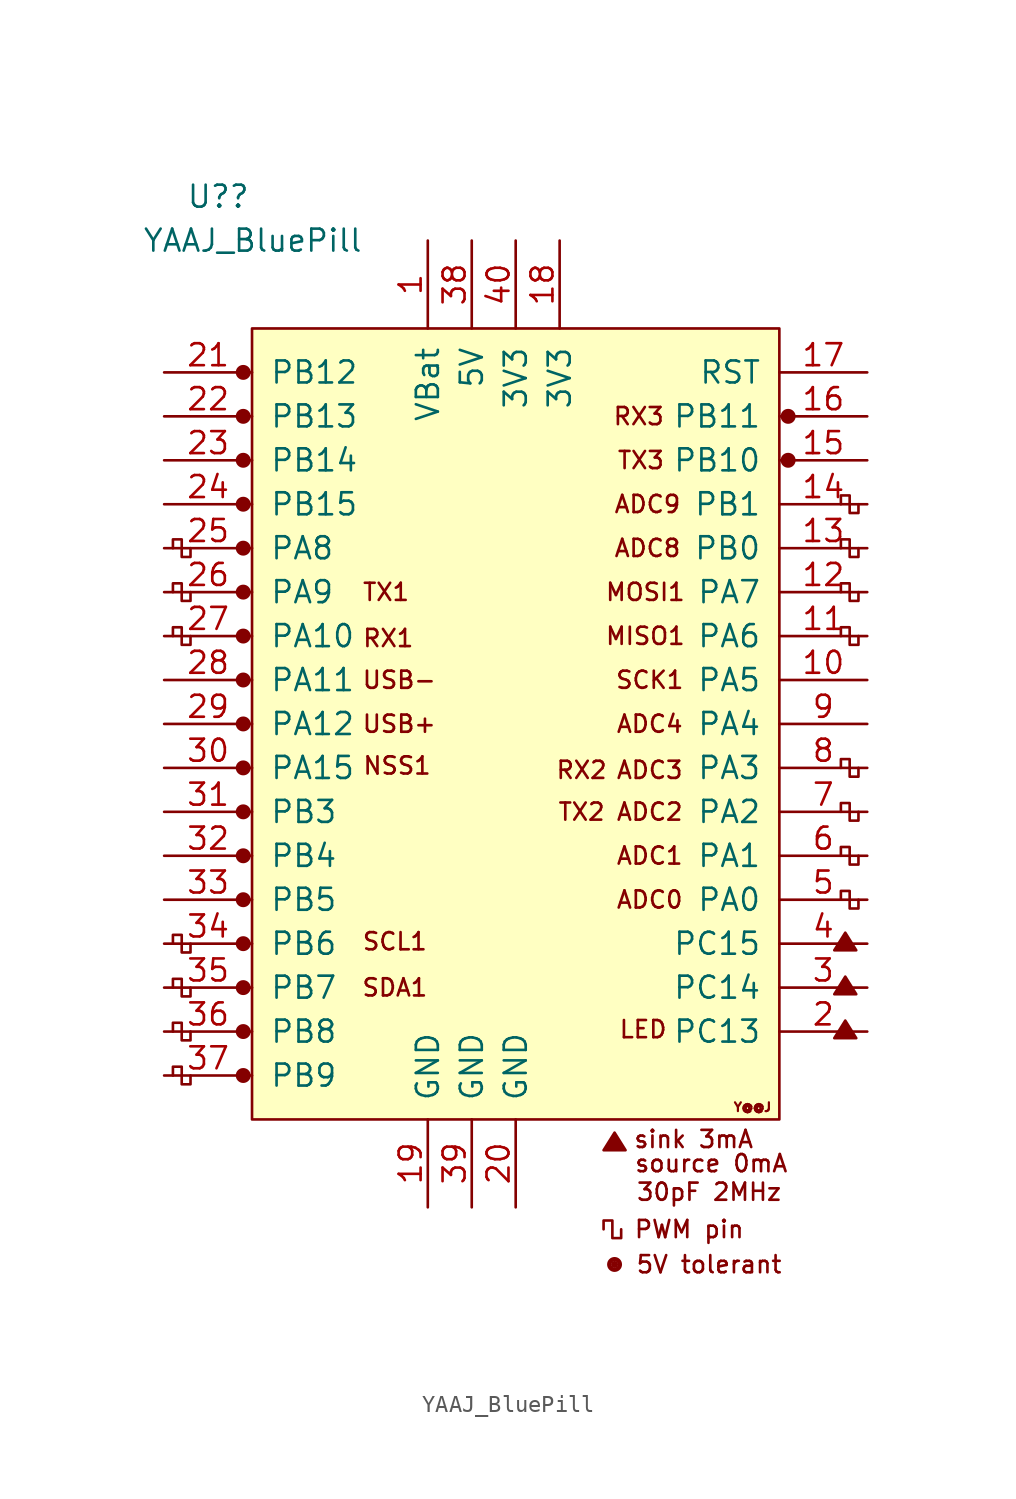
<source format=kicad_sym>
(kicad_symbol_lib
  (version 20211014)
  (generator kicad_symbol_editor)
  (symbol "YAAJ_BluePill"
    (pin_names
      (offset 1.016))
    (property "Reference" "U?"
      (at -19.05 30.48 0)
      (effects (font (size 1.27 1.27)) (justify left)))
    (property "Value" "YAAJ_BluePill"
      (at -21.59 27.94 0)
      (effects (font (size 1.27 1.27)) (justify left)))
    (symbol "YAAJ_BluePill_0_0"
      (circle (center -15.748 -20.32) (radius 0.356) (stroke (width 0) (type default) (color 0 0 0 0)) (fill (type outline)))
      (circle (center -15.748 -17.78) (radius 0.356) (stroke (width 0) (type default) (color 0 0 0 0)) (fill (type outline)))
      (circle (center -15.748 -15.24) (radius 0.356) (stroke (width 0) (type default) (color 0 0 0 0)) (fill (type outline)))
      (circle (center -15.748 -12.7) (radius 0.356) (stroke (width 0) (type default) (color 0 0 0 0)) (fill (type outline)))
      (circle (center -15.748 -10.16) (radius 0.356) (stroke (width 0) (type default) (color 0 0 0 0)) (fill (type outline)))
      (circle (center -15.748 -7.62) (radius 0.356) (stroke (width 0) (type default) (color 0 0 0 0)) (fill (type outline)))
      (circle (center -15.748 -5.08) (radius 0.356) (stroke (width 0) (type default) (color 0 0 0 0)) (fill (type outline)))
      (circle (center -15.748 -2.54) (radius 0.356) (stroke (width 0) (type default) (color 0 0 0 0)) (fill (type outline)))
      (circle (center -15.748 0) (radius 0.356) (stroke (width 0) (type default) (color 0 0 0 0)) (fill (type outline)))
      (circle (center -15.748 2.54) (radius 0.356) (stroke (width 0) (type default) (color 0 0 0 0)) (fill (type outline)))
      (circle (center -15.748 5.08) (radius 0.356) (stroke (width 0) (type default) (color 0 0 0 0)) (fill (type outline)))
      (circle (center -15.748 7.62) (radius 0.356) (stroke (width 0) (type default) (color 0 0 0 0)) (fill (type outline)))
      (circle (center -15.748 10.16) (radius 0.356) (stroke (width 0) (type default) (color 0 0 0 0)) (fill (type outline)))
      (circle (center -15.748 12.7) (radius 0.356) (stroke (width 0) (type default) (color 0 0 0 0)) (fill (type outline)))
      (circle (center -15.748 15.24) (radius 0.356) (stroke (width 0) (type default) (color 0 0 0 0)) (fill (type outline)))
      (circle (center -15.748 20.32) (radius 0.356) (stroke (width 0) (type default) (color 0 0 0 0)) (fill (type outline)))
      (polyline (pts (xy 5.08 -24.638) (xy 5.715 -23.622) (xy 6.35 -24.638) (xy 5.08 -24.638) (xy 5.715 -23.749) (xy 6.223 -24.638) (xy 5.207 -24.511) (xy 5.715 -23.876) (xy 6.096 -24.638) (xy 5.334 -24.384) (xy 5.842 -24.003) (xy 5.969 -24.638) (xy 5.461 -24.257) (xy 5.969 -24.13) (xy 5.842 -24.511) (xy 5.588 -24.257) (xy 5.842 -24.384) (xy 5.715 -24.13)) (stroke (width 0) (type default) (color 0 0 0 0)) (fill (type none)))
      (polyline (pts (xy 18.415 -18.161) (xy 19.05 -17.145) (xy 19.685 -18.161) (xy 18.415 -18.161) (xy 19.05 -17.272) (xy 19.558 -18.161) (xy 18.542 -18.034) (xy 19.05 -17.399) (xy 19.431 -18.161) (xy 18.669 -17.907) (xy 19.177 -17.526) (xy 19.304 -18.161) (xy 18.796 -17.78) (xy 19.304 -17.653) (xy 19.177 -18.034) (xy 18.923 -17.78) (xy 19.177 -17.907) (xy 19.05 -17.653)) (stroke (width 0) (type default) (color 0 0 0 0)) (fill (type none)))
      (polyline (pts (xy 18.415 -15.621) (xy 19.05 -14.605) (xy 19.685 -15.621) (xy 18.415 -15.621) (xy 19.05 -14.732) (xy 19.558 -15.621) (xy 18.542 -15.494) (xy 19.05 -14.859) (xy 19.431 -15.621) (xy 18.669 -15.367) (xy 19.177 -14.986) (xy 19.304 -15.621) (xy 18.796 -15.24) (xy 19.304 -15.113) (xy 19.177 -15.494) (xy 18.923 -15.24) (xy 19.177 -15.367) (xy 19.05 -15.113)) (stroke (width 0) (type default) (color 0 0 0 0)) (fill (type none)))
      (polyline (pts (xy 18.415 -13.081) (xy 19.05 -12.065) (xy 19.685 -13.081) (xy 18.415 -13.081) (xy 19.05 -12.192) (xy 19.558 -13.081) (xy 18.542 -12.954) (xy 19.05 -12.319) (xy 19.431 -13.081) (xy 18.669 -12.827) (xy 19.177 -12.446) (xy 19.304 -13.081) (xy 18.796 -12.7) (xy 19.304 -12.573) (xy 19.177 -12.954) (xy 18.923 -12.7) (xy 19.177 -12.827) (xy 19.05 -12.573)) (stroke (width 0) (type default) (color 0 0 0 0)) (fill (type none)))
      (circle (center 5.715 -31.242) (radius 0.127) (stroke (width 0) (type default) (color 0 0 0 0)) (fill (type outline)))
      (circle (center 5.715 -31.242) (radius 0.254) (stroke (width 0) (type default) (color 0 0 0 0)) (fill (type none)))
      (circle (center 5.715 -31.242) (radius 0.356) (stroke (width 0) (type default) (color 0 0 0 0)) (fill (type none)))
      (circle (center 15.748 15.24) (radius 0.254) (stroke (width 0) (type default) (color 0 0 0 0)) (fill (type outline)))
      (circle (center 15.748 15.24) (radius 0.356) (stroke (width 0) (type default) (color 0 0 0 0)) (fill (type none)))
      (circle (center 15.748 17.78) (radius 0.254) (stroke (width 0) (type default) (color 0 0 0 0)) (fill (type outline)))
      (circle (center 15.748 17.78) (radius 0.356) (stroke (width 0) (type default) (color 0 0 0 0)) (fill (type none)))
      (text "30pF 2MHz" (at 11.176 -27.051 0) (effects (font (size 0.991 0.991))))
      (text "5V tolerant" (at 11.176 -31.242 0) (effects (font (size 0.991 0.991))))
      (text "ADC0" (at 7.747 -10.16 0) (effects (font (size 0.991 0.991))))
      (text "ADC1" (at 7.747 -7.62 0) (effects (font (size 0.991 0.991))))
      (text "ADC2" (at 7.747 -5.08 0) (effects (font (size 0.991 0.991))))
      (text "ADC3" (at 7.747 -2.667 0) (effects (font (size 0.991 0.991))))
      (text "ADC4" (at 7.747 0 0) (effects (font (size 0.991 0.991))))
      (text "ADC8" (at 7.62 10.16 0) (effects (font (size 0.991 0.991))))
      (text "ADC9" (at 7.62 12.7 0) (effects (font (size 0.991 0.991))))
      (text "LED" (at 7.366 -17.653 0) (effects (font (size 0.991 0.991))))
      (text "MISO1" (at 7.493 5.08 0) (effects (font (size 0.991 0.991))))
      (text "MOSI1" (at 7.493 7.62 0) (effects (font (size 0.991 0.991))))
      (text "NSS1" (at -6.858 -2.413 0) (effects (font (size 0.991 0.991))))
      (text "PWM pin" (at 10.033 -29.21 0) (effects (font (size 0.991 0.991))))
      (text "RX1" (at -7.366 4.953 0) (effects (font (size 0.991 0.991))))
      (text "RX2" (at 3.81 -2.667 0) (effects (font (size 0.991 0.991))))
      (text "RX3" (at 7.112 17.78 0) (effects (font (size 0.991 0.991))))
      (text "SCK1" (at 7.747 2.54 0) (effects (font (size 0.991 0.991))))
      (text "SCL1" (at -6.985 -12.573 0) (effects (font (size 0.991 0.991))))
      (text "SDA1" (at -6.985 -15.24 0) (effects (font (size 0.991 0.991))))
      (text "sink 3mA" (at 10.287 -24.003 0) (effects (font (size 0.991 0.991))))
      (text "source 0mA" (at 11.303 -25.4 0) (effects (font (size 0.991 0.991))))
      (text "TX1" (at -7.493 7.62 0) (effects (font (size 0.991 0.991))))
      (text "TX2" (at 3.81 -5.08 0) (effects (font (size 0.991 0.991))))
      (text "TX3" (at 7.239 15.24 0) (effects (font (size 0.991 0.991))))
      (text "USB+" (at -6.731 0 0) (effects (font (size 0.991 0.991))))
      (text "USB-" (at -6.731 2.54 0) (effects (font (size 0.991 0.991))))
      (text "Y@@J" (at 13.691 -22.149 0) (effects (font (size 0.508 0.508)))))
    (symbol "YAAJ_BluePill_0_1"
      (rectangle (start -15.24 22.86) (end 15.24 -22.86) (stroke (width 0) (type default) (color 0 0 0 0)) (fill (type background)))
      (polyline (pts (xy -18.796 -20.32) (xy -18.796 -20.828) (xy -19.304 -20.828) (xy -19.304 -19.812) (xy -19.812 -19.812) (xy -19.812 -20.32)) (stroke (width 0) (type default) (color 0 0 0 0)) (fill (type none)))
      (polyline (pts (xy -18.796 -17.78) (xy -18.796 -18.288) (xy -19.304 -18.288) (xy -19.304 -17.272) (xy -19.812 -17.272) (xy -19.812 -17.78)) (stroke (width 0) (type default) (color 0 0 0 0)) (fill (type none)))
      (polyline (pts (xy -18.796 -15.24) (xy -18.796 -15.748) (xy -19.304 -15.748) (xy -19.304 -14.732) (xy -19.812 -14.732) (xy -19.812 -15.24)) (stroke (width 0) (type default) (color 0 0 0 0)) (fill (type none)))
      (polyline (pts (xy -18.796 -12.7) (xy -18.796 -13.208) (xy -19.304 -13.208) (xy -19.304 -12.192) (xy -19.812 -12.192) (xy -19.812 -12.7)) (stroke (width 0) (type default) (color 0 0 0 0)) (fill (type none)))
      (polyline (pts (xy -18.796 5.08) (xy -18.796 4.572) (xy -19.304 4.572) (xy -19.304 5.588) (xy -19.812 5.588) (xy -19.812 5.08)) (stroke (width 0) (type default) (color 0 0 0 0)) (fill (type none)))
      (polyline (pts (xy -18.796 7.62) (xy -18.796 7.112) (xy -19.304 7.112) (xy -19.304 8.128) (xy -19.812 8.128) (xy -19.812 7.62)) (stroke (width 0) (type default) (color 0 0 0 0)) (fill (type none)))
      (polyline (pts (xy -18.796 10.16) (xy -18.796 9.652) (xy -19.304 9.652) (xy -19.304 10.668) (xy -19.812 10.668) (xy -19.812 10.16)) (stroke (width 0) (type default) (color 0 0 0 0)) (fill (type none)))
      (polyline (pts (xy 6.096 -29.21) (xy 6.096 -29.718) (xy 5.588 -29.718) (xy 5.588 -28.702) (xy 5.08 -28.702) (xy 5.08 -29.21)) (stroke (width 0) (type default) (color 0 0 0 0)) (fill (type none)))
      (polyline (pts (xy 19.812 -10.16) (xy 19.812 -10.668) (xy 19.304 -10.668) (xy 19.304 -9.652) (xy 18.796 -9.652) (xy 18.796 -10.16)) (stroke (width 0) (type default) (color 0 0 0 0)) (fill (type none)))
      (polyline (pts (xy 19.812 -7.62) (xy 19.812 -8.128) (xy 19.304 -8.128) (xy 19.304 -7.112) (xy 18.796 -7.112) (xy 18.796 -7.62)) (stroke (width 0) (type default) (color 0 0 0 0)) (fill (type none)))
      (polyline (pts (xy 19.812 -5.08) (xy 19.812 -5.588) (xy 19.304 -5.588) (xy 19.304 -4.572) (xy 18.796 -4.572) (xy 18.796 -5.08)) (stroke (width 0) (type default) (color 0 0 0 0)) (fill (type none)))
      (polyline (pts (xy 19.812 -2.54) (xy 19.812 -3.048) (xy 19.304 -3.048) (xy 19.304 -2.032) (xy 18.796 -2.032) (xy 18.796 -2.54)) (stroke (width 0) (type default) (color 0 0 0 0)) (fill (type none)))
      (polyline (pts (xy 19.812 5.08) (xy 19.812 4.572) (xy 19.304 4.572) (xy 19.304 5.588) (xy 18.796 5.588) (xy 18.796 5.08)) (stroke (width 0) (type default) (color 0 0 0 0)) (fill (type none)))
      (polyline (pts (xy 19.812 7.62) (xy 19.812 7.112) (xy 19.304 7.112) (xy 19.304 8.128) (xy 18.796 8.128) (xy 18.796 7.62)) (stroke (width 0) (type default) (color 0 0 0 0)) (fill (type none)))
      (polyline (pts (xy 19.812 10.16) (xy 19.812 9.652) (xy 19.304 9.652) (xy 19.304 10.668) (xy 18.796 10.668) (xy 18.796 10.16)) (stroke (width 0) (type default) (color 0 0 0 0)) (fill (type none)))
      (polyline (pts (xy 19.812 12.7) (xy 19.812 12.192) (xy 19.304 12.192) (xy 19.304 13.208) (xy 18.796 13.208) (xy 18.796 12.7)) (stroke (width 0) (type default) (color 0 0 0 0)) (fill (type none))))
    (symbol "YAAJ_BluePill_1_1"
      (circle (center -15.748 17.78) (radius 0.356) (stroke (width 0) (type default) (color 0 0 0 0)) (fill (type outline)))
      (pin power_in line (at -5.08 27.94 270) (length 5.08) (name "VBat" (effects (font (size 1.27 1.27)))) (number "1" (effects (font (size 1.27 1.27)))))
      (pin bidirectional line (at 20.32 2.54 180) (length 5.08) (name "PA5" (effects (font (size 1.27 1.27)))) (number "10" (effects (font (size 1.27 1.27)))))
      (pin bidirectional line (at 20.32 5.08 180) (length 5.08) (name "PA6" (effects (font (size 1.27 1.27)))) (number "11" (effects (font (size 1.27 1.27)))))
      (pin bidirectional line (at 20.32 7.62 180) (length 5.08) (name "PA7" (effects (font (size 1.27 1.27)))) (number "12" (effects (font (size 1.27 1.27)))))
      (pin bidirectional line (at 20.32 10.16 180) (length 5.08) (name "PB0" (effects (font (size 1.27 1.27)))) (number "13" (effects (font (size 1.27 1.27)))))
      (pin bidirectional line (at 20.32 12.7 180) (length 5.08) (name "PB1" (effects (font (size 1.27 1.27)))) (number "14" (effects (font (size 1.27 1.27)))))
      (pin bidirectional line (at 20.32 15.24 180) (length 5.08) (name "PB10" (effects (font (size 1.27 1.27)))) (number "15" (effects (font (size 1.27 1.27)))))
      (pin bidirectional line (at 20.32 17.78 180) (length 5.08) (name "PB11" (effects (font (size 1.27 1.27)))) (number "16" (effects (font (size 1.27 1.27)))))
      (pin input line (at 20.32 20.32 180) (length 5.08) (name "RST" (effects (font (size 1.27 1.27)))) (number "17" (effects (font (size 1.27 1.27)))))
      (pin power_out line (at 2.54 27.94 270) (length 5.08) (name "3V3" (effects (font (size 1.27 1.27)))) (number "18" (effects (font (size 1.27 1.27)))))
      (pin power_in line (at -5.08 -27.94 90) (length 5.08) (name "GND" (effects (font (size 1.27 1.27)))) (number "19" (effects (font (size 1.27 1.27)))))
      (pin bidirectional line (at 20.32 -17.78 180) (length 5.08) (name "PC13" (effects (font (size 1.27 1.27)))) (number "2" (effects (font (size 1.27 1.27)))))
      (pin power_in line (at 0 -27.94 90) (length 5.08) (name "GND" (effects (font (size 1.27 1.27)))) (number "20" (effects (font (size 1.27 1.27)))))
      (pin bidirectional line (at -20.32 20.32 0) (length 5.08) (name "PB12" (effects (font (size 1.27 1.27)))) (number "21" (effects (font (size 1.27 1.27)))))
      (pin bidirectional line (at -20.32 17.78 0) (length 5.08) (name "PB13" (effects (font (size 1.27 1.27)))) (number "22" (effects (font (size 1.27 1.27)))))
      (pin bidirectional line (at -20.32 15.24 0) (length 5.08) (name "PB14" (effects (font (size 1.27 1.27)))) (number "23" (effects (font (size 1.27 1.27)))))
      (pin bidirectional line (at -20.32 12.7 0) (length 5.08) (name "PB15" (effects (font (size 1.27 1.27)))) (number "24" (effects (font (size 1.27 1.27)))))
      (pin bidirectional line (at -20.32 10.16 0) (length 5.08) (name "PA8" (effects (font (size 1.27 1.27)))) (number "25" (effects (font (size 1.27 1.27)))))
      (pin bidirectional line (at -20.32 7.62 0) (length 5.08) (name "PA9" (effects (font (size 1.27 1.27)))) (number "26" (effects (font (size 1.27 1.27)))))
      (pin bidirectional line (at -20.32 5.08 0) (length 5.08) (name "PA10" (effects (font (size 1.27 1.27)))) (number "27" (effects (font (size 1.27 1.27)))))
      (pin bidirectional line (at -20.32 2.54 0) (length 5.08) (name "PA11" (effects (font (size 1.27 1.27)))) (number "28" (effects (font (size 1.27 1.27)))))
      (pin bidirectional line (at -20.32 0 0) (length 5.08) (name "PA12" (effects (font (size 1.27 1.27)))) (number "29" (effects (font (size 1.27 1.27)))))
      (pin bidirectional line (at 20.32 -15.24 180) (length 5.08) (name "PC14" (effects (font (size 1.27 1.27)))) (number "3" (effects (font (size 1.27 1.27)))))
      (pin bidirectional line (at -20.32 -2.54 0) (length 5.08) (name "PA15" (effects (font (size 1.27 1.27)))) (number "30" (effects (font (size 1.27 1.27)))))
      (pin bidirectional line (at -20.32 -5.08 0) (length 5.08) (name "PB3" (effects (font (size 1.27 1.27)))) (number "31" (effects (font (size 1.27 1.27)))))
      (pin bidirectional line (at -20.32 -7.62 0) (length 5.08) (name "PB4" (effects (font (size 1.27 1.27)))) (number "32" (effects (font (size 1.27 1.27)))))
      (pin bidirectional line (at -20.32 -10.16 0) (length 5.08) (name "PB5" (effects (font (size 1.27 1.27)))) (number "33" (effects (font (size 1.27 1.27)))))
      (pin bidirectional line (at -20.32 -12.7 0) (length 5.08) (name "PB6" (effects (font (size 1.27 1.27)))) (number "34" (effects (font (size 1.27 1.27)))))
      (pin bidirectional line (at -20.32 -15.24 0) (length 5.08) (name "PB7" (effects (font (size 1.27 1.27)))) (number "35" (effects (font (size 1.27 1.27)))))
      (pin bidirectional line (at -20.32 -17.78 0) (length 5.08) (name "PB8" (effects (font (size 1.27 1.27)))) (number "36" (effects (font (size 1.27 1.27)))))
      (pin bidirectional line (at -20.32 -20.32 0) (length 5.08) (name "PB9" (effects (font (size 1.27 1.27)))) (number "37" (effects (font (size 1.27 1.27)))))
      (pin power_in line (at -2.54 27.94 270) (length 5.08) (name "5V" (effects (font (size 1.27 1.27)))) (number "38" (effects (font (size 1.27 1.27)))))
      (pin power_in line (at -2.54 -27.94 90) (length 5.08) (name "GND" (effects (font (size 1.27 1.27)))) (number "39" (effects (font (size 1.27 1.27)))))
      (pin bidirectional line (at 20.32 -12.7 180) (length 5.08) (name "PC15" (effects (font (size 1.27 1.27)))) (number "4" (effects (font (size 1.27 1.27)))))
      (pin passive line (at 0 27.94 270) (length 5.08) (name "3V3" (effects (font (size 1.27 1.27)))) (number "40" (effects (font (size 1.27 1.27)))))
      (pin bidirectional line (at 20.32 -10.16 180) (length 5.08) (name "PA0" (effects (font (size 1.27 1.27)))) (number "5" (effects (font (size 1.27 1.27)))))
      (pin bidirectional line (at 20.32 -7.62 180) (length 5.08) (name "PA1" (effects (font (size 1.27 1.27)))) (number "6" (effects (font (size 1.27 1.27)))))
      (pin bidirectional line (at 20.32 -5.08 180) (length 5.08) (name "PA2" (effects (font (size 1.27 1.27)))) (number "7" (effects (font (size 1.27 1.27)))))
      (pin bidirectional line (at 20.32 -2.54 180) (length 5.08) (name "PA3" (effects (font (size 1.27 1.27)))) (number "8" (effects (font (size 1.27 1.27)))))
      (pin bidirectional line (at 20.32 0 180) (length 5.08) (name "PA4" (effects (font (size 1.27 1.27)))) (number "9" (effects (font (size 1.27 1.27))))))))
</source>
